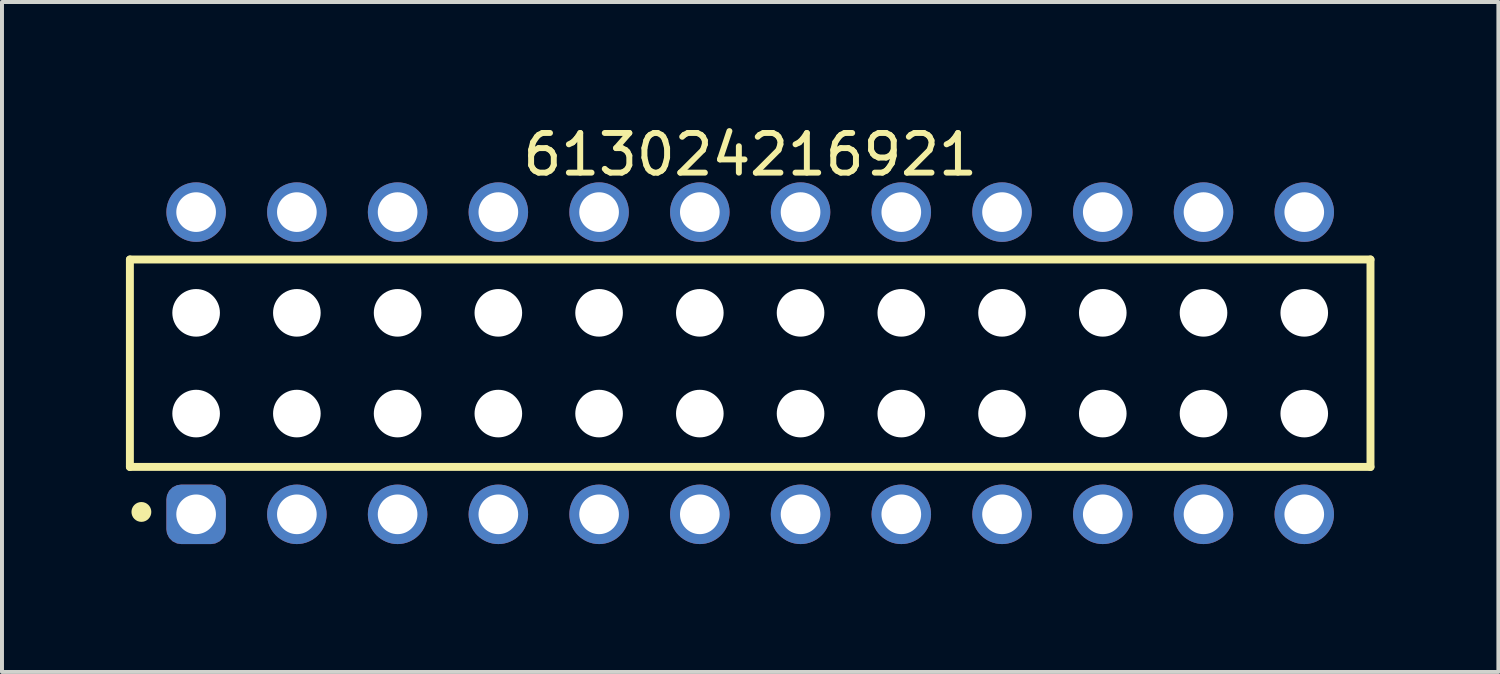
<source format=kicad_pcb>
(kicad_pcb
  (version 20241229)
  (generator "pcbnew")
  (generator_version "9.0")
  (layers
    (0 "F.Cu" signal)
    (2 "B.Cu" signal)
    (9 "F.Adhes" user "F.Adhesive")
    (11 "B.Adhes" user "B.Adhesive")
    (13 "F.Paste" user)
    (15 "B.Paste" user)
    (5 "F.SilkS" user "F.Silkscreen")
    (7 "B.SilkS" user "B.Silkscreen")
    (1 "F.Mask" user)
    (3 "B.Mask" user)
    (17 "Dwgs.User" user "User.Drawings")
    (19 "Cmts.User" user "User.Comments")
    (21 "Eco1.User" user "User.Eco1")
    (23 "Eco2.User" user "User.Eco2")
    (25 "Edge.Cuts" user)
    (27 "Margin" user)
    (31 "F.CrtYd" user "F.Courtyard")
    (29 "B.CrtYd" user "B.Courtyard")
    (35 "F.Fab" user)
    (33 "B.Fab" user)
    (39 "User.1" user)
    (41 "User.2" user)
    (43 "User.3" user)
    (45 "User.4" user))
  (footprint "613024216921"
    (layer "F.Cu")
    (at 15.865 6.108)
    (property "Reference" "613024216921" (at 0 -5.26 0) (layer "F.SilkS") (effects (font (size 1 1) (thickness 0.15))))
    (fp_line (start -15.64 -2.615) (end 15.64 -2.615) (stroke (width 0.2) (type solid)) (layer "F.SilkS"))
    (fp_line (start -15.64 2.615) (end -15.64 -2.615) (stroke (width 0.2) (type solid)) (layer "F.SilkS"))
    (fp_line (start -15.64 2.615) (end 15.64 2.615) (stroke (width 0.2) (type solid)) (layer "F.SilkS"))
    (fp_line (start 15.64 2.615) (end 15.64 -2.615) (stroke (width 0.2) (type solid)) (layer "F.SilkS"))
    (fp_circle (center -15.35 3.75) (end -15.35 3.625) (stroke (width 0.25) (type solid)) (fill no) (layer "F.SilkS"))
    (fp_line (start -15.84 -4.76) (end 15.84 -4.76) (stroke (width 0.05) (type solid)) (layer "Eco2.User"))
    (fp_line (start -15.84 4.76) (end -15.84 -4.76) (stroke (width 0.05) (type solid)) (layer "Eco2.User"))
    (fp_line (start -15.84 4.76) (end 15.84 4.76) (stroke (width 0.05) (type solid)) (layer "Eco2.User"))
    (fp_line (start -15.49 -2.54) (end 15.49 -2.54) (stroke (width 0.1) (type solid)) (layer "Eco2.User"))
    (fp_line (start -15.49 2.54) (end -15.49 -2.54) (stroke (width 0.1) (type solid)) (layer "Eco2.User"))
    (fp_line (start -15.49 2.54) (end 15.49 2.54) (stroke (width 0.1) (type solid)) (layer "Eco2.User"))
    (fp_line (start -14.37 -3.935) (end -13.57 -3.935) (stroke (width 0.1) (type solid)) (layer "Eco2.User"))
    (fp_line (start -14.37 -2.54) (end -14.37 -3.935) (stroke (width 0.1) (type solid)) (layer "Eco2.User"))
    (fp_line (start -14.37 3.935) (end -14.37 2.54) (stroke (width 0.1) (type solid)) (layer "Eco2.User"))
    (fp_line (start -14.37 3.935) (end -13.57 3.935) (stroke (width 0.1) (type solid)) (layer "Eco2.User"))
    (fp_line (start -13.57 -2.54) (end -13.57 -3.935) (stroke (width 0.1) (type solid)) (layer "Eco2.User"))
    (fp_line (start -13.57 3.935) (end -13.57 2.54) (stroke (width 0.1) (type solid)) (layer "Eco2.User"))
    (fp_line (start -11.83 -3.935) (end -11.03 -3.935) (stroke (width 0.1) (type solid)) (layer "Eco2.User"))
    (fp_line (start -11.83 -2.54) (end -11.83 -3.935) (stroke (width 0.1) (type solid)) (layer "Eco2.User"))
    (fp_line (start -11.83 3.935) (end -11.83 2.54) (stroke (width 0.1) (type solid)) (layer "Eco2.User"))
    (fp_line (start -11.83 3.935) (end -11.03 3.935) (stroke (width 0.1) (type solid)) (layer "Eco2.User"))
    (fp_line (start -11.03 -2.54) (end -11.03 -3.935) (stroke (width 0.1) (type solid)) (layer "Eco2.User"))
    (fp_line (start -11.03 3.935) (end -11.03 2.54) (stroke (width 0.1) (type solid)) (layer "Eco2.User"))
    (fp_line (start -9.29 -3.935) (end -8.49 -3.935) (stroke (width 0.1) (type solid)) (layer "Eco2.User"))
    (fp_line (start -9.29 -2.54) (end -9.29 -3.935) (stroke (width 0.1) (type solid)) (layer "Eco2.User"))
    (fp_line (start -9.29 3.935) (end -9.29 2.54) (stroke (width 0.1) (type solid)) (layer "Eco2.User"))
    (fp_line (start -9.29 3.935) (end -8.49 3.935) (stroke (width 0.1) (type solid)) (layer "Eco2.User"))
    (fp_line (start -8.49 -2.54) (end -8.49 -3.935) (stroke (width 0.1) (type solid)) (layer "Eco2.User"))
    (fp_line (start -8.49 3.935) (end -8.49 2.54) (stroke (width 0.1) (type solid)) (layer "Eco2.User"))
    (fp_line (start -6.75 -3.935) (end -5.95 -3.935) (stroke (width 0.1) (type solid)) (layer "Eco2.User"))
    (fp_line (start -6.75 -2.54) (end -6.75 -3.935) (stroke (width 0.1) (type solid)) (layer "Eco2.User"))
    (fp_line (start -6.75 3.935) (end -6.75 2.54) (stroke (width 0.1) (type solid)) (layer "Eco2.User"))
    (fp_line (start -6.75 3.935) (end -5.95 3.935) (stroke (width 0.1) (type solid)) (layer "Eco2.User"))
    (fp_line (start -5.95 -2.54) (end -5.95 -3.935) (stroke (width 0.1) (type solid)) (layer "Eco2.User"))
    (fp_line (start -5.95 3.935) (end -5.95 2.54) (stroke (width 0.1) (type solid)) (layer "Eco2.User"))
    (fp_line (start -4.21 -3.935) (end -3.41 -3.935) (stroke (width 0.1) (type solid)) (layer "Eco2.User"))
    (fp_line (start -4.21 -2.54) (end -4.21 -3.935) (stroke (width 0.1) (type solid)) (layer "Eco2.User"))
    (fp_line (start -4.21 3.935) (end -4.21 2.54) (stroke (width 0.1) (type solid)) (layer "Eco2.User"))
    (fp_line (start -4.21 3.935) (end -3.41 3.935) (stroke (width 0.1) (type solid)) (layer "Eco2.User"))
    (fp_line (start -3.41 -2.54) (end -3.41 -3.935) (stroke (width 0.1) (type solid)) (layer "Eco2.User"))
    (fp_line (start -3.41 3.935) (end -3.41 2.54) (stroke (width 0.1) (type solid)) (layer "Eco2.User"))
    (fp_line (start -1.67 -3.935) (end -0.87 -3.935) (stroke (width 0.1) (type solid)) (layer "Eco2.User"))
    (fp_line (start -1.67 -2.54) (end -1.67 -3.935) (stroke (width 0.1) (type solid)) (layer "Eco2.User"))
    (fp_line (start -1.67 3.935) (end -1.67 2.54) (stroke (width 0.1) (type solid)) (layer "Eco2.User"))
    (fp_line (start -1.67 3.935) (end -0.87 3.935) (stroke (width 0.1) (type solid)) (layer "Eco2.User"))
    (fp_line (start -0.87 -2.54) (end -0.87 -3.935) (stroke (width 0.1) (type solid)) (layer "Eco2.User"))
    (fp_line (start -0.87 3.935) (end -0.87 2.54) (stroke (width 0.1) (type solid)) (layer "Eco2.User"))
    (fp_line (start -0.5 0) (end 0.5 0) (stroke (width 0.05) (type solid)) (layer "Eco2.User"))
    (fp_line (start 0 0.5) (end 0 -0.5) (stroke (width 0.05) (type solid)) (layer "Eco2.User"))
    (fp_line (start 0.87 -3.935) (end 1.67 -3.935) (stroke (width 0.1) (type solid)) (layer "Eco2.User"))
    (fp_line (start 0.87 -2.54) (end 0.87 -3.935) (stroke (width 0.1) (type solid)) (layer "Eco2.User"))
    (fp_line (start 0.87 3.935) (end 0.87 2.54) (stroke (width 0.1) (type solid)) (layer "Eco2.User"))
    (fp_line (start 0.87 3.935) (end 1.67 3.935) (stroke (width 0.1) (type solid)) (layer "Eco2.User"))
    (fp_line (start 1.67 -2.54) (end 1.67 -3.935) (stroke (width 0.1) (type solid)) (layer "Eco2.User"))
    (fp_line (start 1.67 3.935) (end 1.67 2.54) (stroke (width 0.1) (type solid)) (layer "Eco2.User"))
    (fp_line (start 3.41 -3.935) (end 4.21 -3.935) (stroke (width 0.1) (type solid)) (layer "Eco2.User"))
    (fp_line (start 3.41 -2.54) (end 3.41 -3.935) (stroke (width 0.1) (type solid)) (layer "Eco2.User"))
    (fp_line (start 3.41 3.935) (end 3.41 2.54) (stroke (width 0.1) (type solid)) (layer "Eco2.User"))
    (fp_line (start 3.41 3.935) (end 4.21 3.935) (stroke (width 0.1) (type solid)) (layer "Eco2.User"))
    (fp_line (start 4.21 -2.54) (end 4.21 -3.935) (stroke (width 0.1) (type solid)) (layer "Eco2.User"))
    (fp_line (start 4.21 3.935) (end 4.21 2.54) (stroke (width 0.1) (type solid)) (layer "Eco2.User"))
    (fp_line (start 5.95 -3.935) (end 6.75 -3.935) (stroke (width 0.1) (type solid)) (layer "Eco2.User"))
    (fp_line (start 5.95 -2.54) (end 5.95 -3.935) (stroke (width 0.1) (type solid)) (layer "Eco2.User"))
    (fp_line (start 5.95 3.935) (end 5.95 2.54) (stroke (width 0.1) (type solid)) (layer "Eco2.User"))
    (fp_line (start 5.95 3.935) (end 6.75 3.935) (stroke (width 0.1) (type solid)) (layer "Eco2.User"))
    (fp_line (start 6.75 -2.54) (end 6.75 -3.935) (stroke (width 0.1) (type solid)) (layer "Eco2.User"))
    (fp_line (start 6.75 3.935) (end 6.75 2.54) (stroke (width 0.1) (type solid)) (layer "Eco2.User"))
    (fp_line (start 8.49 -3.935) (end 9.29 -3.935) (stroke (width 0.1) (type solid)) (layer "Eco2.User"))
    (fp_line (start 8.49 -2.54) (end 8.49 -3.935) (stroke (width 0.1) (type solid)) (layer "Eco2.User"))
    (fp_line (start 8.49 3.935) (end 8.49 2.54) (stroke (width 0.1) (type solid)) (layer "Eco2.User"))
    (fp_line (start 8.49 3.935) (end 9.29 3.935) (stroke (width 0.1) (type solid)) (layer "Eco2.User"))
    (fp_line (start 9.29 -2.54) (end 9.29 -3.935) (stroke (width 0.1) (type solid)) (layer "Eco2.User"))
    (fp_line (start 9.29 3.935) (end 9.29 2.54) (stroke (width 0.1) (type solid)) (layer "Eco2.User"))
    (fp_line (start 11.03 -3.935) (end 11.83 -3.935) (stroke (width 0.1) (type solid)) (layer "Eco2.User"))
    (fp_line (start 11.03 -2.54) (end 11.03 -3.935) (stroke (width 0.1) (type solid)) (layer "Eco2.User"))
    (fp_line (start 11.03 3.935) (end 11.03 2.54) (stroke (width 0.1) (type solid)) (layer "Eco2.User"))
    (fp_line (start 11.03 3.935) (end 11.83 3.935) (stroke (width 0.1) (type solid)) (layer "Eco2.User"))
    (fp_line (start 11.83 -2.54) (end 11.83 -3.935) (stroke (width 0.1) (type solid)) (layer "Eco2.User"))
    (fp_line (start 11.83 3.935) (end 11.83 2.54) (stroke (width 0.1) (type solid)) (layer "Eco2.User"))
    (fp_line (start 13.57 -3.935) (end 14.37 -3.935) (stroke (width 0.1) (type solid)) (layer "Eco2.User"))
    (fp_line (start 13.57 -2.54) (end 13.57 -3.935) (stroke (width 0.1) (type solid)) (layer "Eco2.User"))
    (fp_line (start 13.57 3.935) (end 13.57 2.54) (stroke (width 0.1) (type solid)) (layer "Eco2.User"))
    (fp_line (start 13.57 3.935) (end 14.37 3.935) (stroke (width 0.1) (type solid)) (layer "Eco2.User"))
    (fp_line (start 14.37 -2.54) (end 14.37 -3.935) (stroke (width 0.1) (type solid)) (layer "Eco2.User"))
    (fp_line (start 14.37 3.935) (end 14.37 2.54) (stroke (width 0.1) (type solid)) (layer "Eco2.User"))
    (fp_line (start 15.49 2.54) (end 15.49 -2.54) (stroke (width 0.1) (type solid)) (layer "Eco2.User"))
    (fp_line (start 15.84 4.76) (end 15.84 -4.76) (stroke (width 0.05) (type solid)) (layer "Eco2.User"))
    (fp_text user "${REFERENCE}" (at 0.15 -0.197 0) (unlocked yes) (layer "User.3") (effects (font (size 1.5 1.5) (thickness 0.15))))
    (pad "" np_thru_hole circle (at -13.97 -1.27) (size 1.2 1.2) (drill 1.2) (layers "*.Cu" "*.Mask"))
    (pad "" np_thru_hole circle (at -13.97 1.27) (size 1.2 1.2) (drill 1.2) (layers "*.Cu" "*.Mask"))
    (pad "" np_thru_hole circle (at -11.43 -1.27) (size 1.2 1.2) (drill 1.2) (layers "*.Cu" "*.Mask"))
    (pad "" np_thru_hole circle (at -11.43 1.27) (size 1.2 1.2) (drill 1.2) (layers "*.Cu" "*.Mask"))
    (pad "" np_thru_hole circle (at -8.89 -1.27) (size 1.2 1.2) (drill 1.2) (layers "*.Cu" "*.Mask"))
    (pad "" np_thru_hole circle (at -8.89 1.27) (size 1.2 1.2) (drill 1.2) (layers "*.Cu" "*.Mask"))
    (pad "" np_thru_hole circle (at -6.35 -1.27) (size 1.2 1.2) (drill 1.2) (layers "*.Cu" "*.Mask"))
    (pad "" np_thru_hole circle (at -6.35 1.27) (size 1.2 1.2) (drill 1.2) (layers "*.Cu" "*.Mask"))
    (pad "" np_thru_hole circle (at -3.81 -1.27) (size 1.2 1.2) (drill 1.2) (layers "*.Cu" "*.Mask"))
    (pad "" np_thru_hole circle (at -3.81 1.27) (size 1.2 1.2) (drill 1.2) (layers "*.Cu" "*.Mask"))
    (pad "" np_thru_hole circle (at -1.27 -1.27) (size 1.2 1.2) (drill 1.2) (layers "*.Cu" "*.Mask"))
    (pad "" np_thru_hole circle (at -1.27 1.27) (size 1.2 1.2) (drill 1.2) (layers "*.Cu" "*.Mask"))
    (pad "" np_thru_hole circle (at 1.27 -1.27) (size 1.2 1.2) (drill 1.2) (layers "*.Cu" "*.Mask"))
    (pad "" np_thru_hole circle (at 1.27 1.27) (size 1.2 1.2) (drill 1.2) (layers "*.Cu" "*.Mask"))
    (pad "" np_thru_hole circle (at 3.81 -1.27) (size 1.2 1.2) (drill 1.2) (layers "*.Cu" "*.Mask"))
    (pad "" np_thru_hole circle (at 3.81 1.27) (size 1.2 1.2) (drill 1.2) (layers "*.Cu" "*.Mask"))
    (pad "" np_thru_hole circle (at 6.35 -1.27) (size 1.2 1.2) (drill 1.2) (layers "*.Cu" "*.Mask"))
    (pad "" np_thru_hole circle (at 6.35 1.27) (size 1.2 1.2) (drill 1.2) (layers "*.Cu" "*.Mask"))
    (pad "" np_thru_hole circle (at 8.89 -1.27) (size 1.2 1.2) (drill 1.2) (layers "*.Cu" "*.Mask"))
    (pad "" np_thru_hole circle (at 8.89 1.27) (size 1.2 1.2) (drill 1.2) (layers "*.Cu" "*.Mask"))
    (pad "" np_thru_hole circle (at 11.43 -1.27) (size 1.2 1.2) (drill 1.2) (layers "*.Cu" "*.Mask"))
    (pad "" np_thru_hole circle (at 11.43 1.27) (size 1.2 1.2) (drill 1.2) (layers "*.Cu" "*.Mask"))
    (pad "" np_thru_hole circle (at 13.97 -1.27) (size 1.2 1.2) (drill 1.2) (layers "*.Cu" "*.Mask"))
    (pad "" np_thru_hole circle (at 13.97 1.27) (size 1.2 1.2) (drill 1.2) (layers "*.Cu" "*.Mask"))
    (pad "1" thru_hole roundrect (at -13.97 3.81) (size 1.5 1.5) (drill 1) (layers "*.Cu" "*.Mask") (roundrect_rratio 0.25))
    (pad "2" thru_hole circle (at -13.97 -3.81) (size 1.5 1.5) (drill 1) (layers "*.Cu" "*.Mask"))
    (pad "3" thru_hole circle (at -11.43 3.81) (size 1.5 1.5) (drill 1) (layers "*.Cu" "*.Mask"))
    (pad "4" thru_hole circle (at -11.43 -3.81) (size 1.5 1.5) (drill 1) (layers "*.Cu" "*.Mask"))
    (pad "5" thru_hole circle (at -8.89 3.81) (size 1.5 1.5) (drill 1) (layers "*.Cu" "*.Mask"))
    (pad "6" thru_hole circle (at -8.89 -3.81) (size 1.5 1.5) (drill 1) (layers "*.Cu" "*.Mask"))
    (pad "7" thru_hole circle (at -6.35 3.81) (size 1.5 1.5) (drill 1) (layers "*.Cu" "*.Mask"))
    (pad "8" thru_hole circle (at -6.35 -3.81) (size 1.5 1.5) (drill 1) (layers "*.Cu" "*.Mask"))
    (pad "9" thru_hole circle (at -3.81 3.81) (size 1.5 1.5) (drill 1) (layers "*.Cu" "*.Mask"))
    (pad "10" thru_hole circle (at -3.81 -3.81) (size 1.5 1.5) (drill 1) (layers "*.Cu" "*.Mask"))
    (pad "11" thru_hole circle (at -1.27 3.81) (size 1.5 1.5) (drill 1) (layers "*.Cu" "*.Mask"))
    (pad "12" thru_hole circle (at -1.27 -3.81) (size 1.5 1.5) (drill 1) (layers "*.Cu" "*.Mask"))
    (pad "13" thru_hole circle (at 1.27 3.81) (size 1.5 1.5) (drill 1) (layers "*.Cu" "*.Mask"))
    (pad "14" thru_hole circle (at 1.27 -3.81) (size 1.5 1.5) (drill 1) (layers "*.Cu" "*.Mask"))
    (pad "15" thru_hole circle (at 3.81 3.81) (size 1.5 1.5) (drill 1) (layers "*.Cu" "*.Mask"))
    (pad "16" thru_hole circle (at 3.81 -3.81) (size 1.5 1.5) (drill 1) (layers "*.Cu" "*.Mask"))
    (pad "17" thru_hole circle (at 6.35 3.81) (size 1.5 1.5) (drill 1) (layers "*.Cu" "*.Mask"))
    (pad "18" thru_hole circle (at 6.35 -3.81) (size 1.5 1.5) (drill 1) (layers "*.Cu" "*.Mask"))
    (pad "19" thru_hole circle (at 8.89 3.81) (size 1.5 1.5) (drill 1) (layers "*.Cu" "*.Mask"))
    (pad "20" thru_hole circle (at 8.89 -3.81) (size 1.5 1.5) (drill 1) (layers "*.Cu" "*.Mask"))
    (pad "21" thru_hole circle (at 11.43 3.81) (size 1.5 1.5) (drill 1) (layers "*.Cu" "*.Mask"))
    (pad "22" thru_hole circle (at 11.43 -3.81) (size 1.5 1.5) (drill 1) (layers "*.Cu" "*.Mask"))
    (pad "23" thru_hole circle (at 13.97 3.81) (size 1.5 1.5) (drill 1) (layers "*.Cu" "*.Mask"))
    (pad "24" thru_hole circle (at 13.97 -3.81) (size 1.5 1.5) (drill 1) (layers "*.Cu" "*.Mask")))
  (gr_rect
    (start -3 -3)
    (end 34.73 13.893)
    (stroke (width 0.1) (type default))
    (fill no)
    (layer "Edge.Cuts")))
</source>
